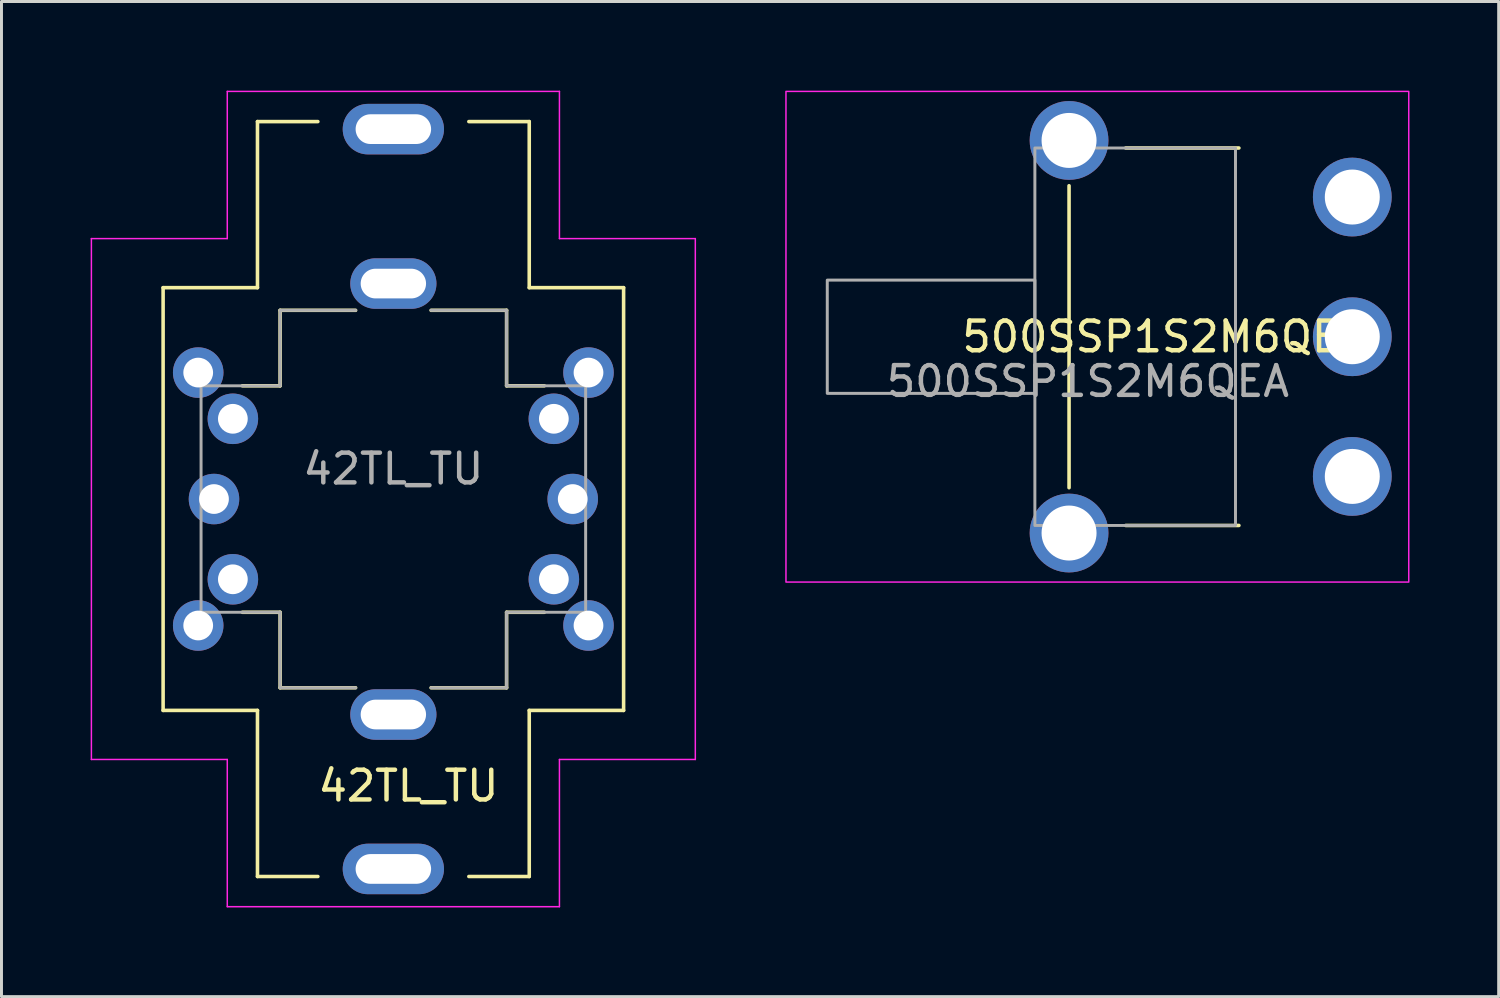
<source format=kicad_pcb>
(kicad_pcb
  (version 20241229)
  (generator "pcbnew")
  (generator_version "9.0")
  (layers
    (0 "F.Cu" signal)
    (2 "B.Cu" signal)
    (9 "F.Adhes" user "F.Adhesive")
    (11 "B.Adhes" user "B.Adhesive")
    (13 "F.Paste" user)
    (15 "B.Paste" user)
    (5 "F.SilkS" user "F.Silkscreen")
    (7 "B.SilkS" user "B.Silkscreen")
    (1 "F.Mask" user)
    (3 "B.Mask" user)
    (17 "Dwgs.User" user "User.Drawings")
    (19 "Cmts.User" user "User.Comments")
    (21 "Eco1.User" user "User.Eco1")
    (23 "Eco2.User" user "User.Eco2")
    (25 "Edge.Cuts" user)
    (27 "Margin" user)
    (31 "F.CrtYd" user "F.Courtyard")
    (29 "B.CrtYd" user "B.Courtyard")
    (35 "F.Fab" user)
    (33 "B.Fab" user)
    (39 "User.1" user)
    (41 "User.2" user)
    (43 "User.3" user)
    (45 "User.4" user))
  (footprint "42TL_TU"
    (layer "F.Cu")
    (at 10.185 13.741)
    (property "Reference" "42TL_TU" (at 0.508 9.652 0) (unlocked yes) (layer "F.SilkS") (effects (font (size 1 1) (thickness 0.15))))
    (attr through_hole)
    (fp_line (start -7.747 -7.112) (end -7.747 7.112) (stroke (width 0.12) (type solid)) (layer "F.SilkS"))
    (fp_line (start -7.747 -7.112) (end -4.572 -7.112) (stroke (width 0.12) (type default)) (layer "F.SilkS"))
    (fp_line (start -7.747 7.112) (end -4.572 7.112) (stroke (width 0.12) (type default)) (layer "F.SilkS"))
    (fp_line (start -5.08 -3.81) (end -3.81 -3.81) (stroke (width 0.12) (type solid)) (layer "F.SilkS"))
    (fp_line (start -5.08 3.81) (end -3.81 3.81) (stroke (width 0.12) (type solid)) (layer "F.SilkS"))
    (fp_line (start -4.572 -12.7) (end -4.572 -7.112) (stroke (width 0.12) (type solid)) (layer "F.SilkS"))
    (fp_line (start -4.572 12.7) (end -4.572 7.112) (stroke (width 0.12) (type solid)) (layer "F.SilkS"))
    (fp_line (start -3.81 -6.35) (end -1.27 -6.35) (stroke (width 0.12) (type solid)) (layer "F.SilkS"))
    (fp_line (start -3.81 -3.81) (end -3.81 -6.35) (stroke (width 0.12) (type solid)) (layer "F.SilkS"))
    (fp_line (start -3.81 3.81) (end -3.81 6.35) (stroke (width 0.12) (type solid)) (layer "F.SilkS"))
    (fp_line (start -3.81 6.35) (end -1.27 6.35) (stroke (width 0.12) (type solid)) (layer "F.SilkS"))
    (fp_line (start -2.54 -12.7) (end -4.572 -12.7) (stroke (width 0.12) (type solid)) (layer "F.SilkS"))
    (fp_line (start -2.54 12.7) (end -4.572 12.7) (stroke (width 0.12) (type solid)) (layer "F.SilkS"))
    (fp_line (start 1.27 -6.35) (end 3.81 -6.35) (stroke (width 0.12) (type solid)) (layer "F.SilkS"))
    (fp_line (start 2.54 -12.7) (end 4.572 -12.7) (stroke (width 0.12) (type solid)) (layer "F.SilkS"))
    (fp_line (start 2.54 12.7) (end 4.572 12.7) (stroke (width 0.12) (type solid)) (layer "F.SilkS"))
    (fp_line (start 3.81 -6.35) (end 3.81 -3.81) (stroke (width 0.12) (type solid)) (layer "F.SilkS"))
    (fp_line (start 3.81 -3.81) (end 5.08 -3.81) (stroke (width 0.12) (type solid)) (layer "F.SilkS"))
    (fp_line (start 3.81 3.81) (end 3.81 6.35) (stroke (width 0.12) (type solid)) (layer "F.SilkS"))
    (fp_line (start 3.81 6.35) (end 1.27 6.35) (stroke (width 0.12) (type solid)) (layer "F.SilkS"))
    (fp_line (start 4.572 -12.7) (end 4.572 -7.112) (stroke (width 0.12) (type solid)) (layer "F.SilkS"))
    (fp_line (start 4.572 12.7) (end 4.572 7.112) (stroke (width 0.12) (type solid)) (layer "F.SilkS"))
    (fp_line (start 5.08 3.81) (end 3.81 3.81) (stroke (width 0.12) (type solid)) (layer "F.SilkS"))
    (fp_line (start 7.747 -7.112) (end 4.572 -7.112) (stroke (width 0.12) (type default)) (layer "F.SilkS"))
    (fp_line (start 7.747 7.112) (end 4.572 7.112) (stroke (width 0.12) (type default)) (layer "F.SilkS"))
    (fp_line (start 7.747 7.112) (end 7.747 -7.112) (stroke (width 0.12) (type solid)) (layer "F.SilkS"))
    (fp_line (start -10.16 -8.763) (end -5.588 -8.763) (stroke (width 0.05) (type solid)) (layer "F.CrtYd"))
    (fp_line (start -10.16 8.763) (end -10.16 -8.763) (stroke (width 0.05) (type solid)) (layer "F.CrtYd"))
    (fp_line (start -5.588 -13.716) (end -5.588 -8.763) (stroke (width 0.05) (type solid)) (layer "F.CrtYd"))
    (fp_line (start -5.588 8.763) (end -10.16 8.763) (stroke (width 0.05) (type solid)) (layer "F.CrtYd"))
    (fp_line (start -5.588 13.716) (end -5.588 8.763) (stroke (width 0.05) (type solid)) (layer "F.CrtYd"))
    (fp_line (start 5.588 -13.716) (end -5.588 -13.716) (stroke (width 0.05) (type solid)) (layer "F.CrtYd"))
    (fp_line (start 5.588 -8.763) (end 5.588 -13.716) (stroke (width 0.05) (type solid)) (layer "F.CrtYd"))
    (fp_line (start 5.588 8.763) (end 5.588 13.716) (stroke (width 0.05) (type solid)) (layer "F.CrtYd"))
    (fp_line (start 5.588 13.716) (end -5.588 13.716) (stroke (width 0.05) (type solid)) (layer "F.CrtYd"))
    (fp_line (start 10.16 -8.763) (end 5.588 -8.763) (stroke (width 0.05) (type solid)) (layer "F.CrtYd"))
    (fp_line (start 10.16 -8.763) (end 10.16 8.763) (stroke (width 0.05) (type solid)) (layer "F.CrtYd"))
    (fp_line (start 10.16 8.763) (end 5.588 8.763) (stroke (width 0.05) (type solid)) (layer "F.CrtYd"))
    (fp_line (start -6.47 -3.81) (end -6.47 3.81) (stroke (width 0.1) (type solid)) (layer "F.Fab"))
    (fp_line (start -6.47 3.81) (end -3.81 3.81) (stroke (width 0.1) (type solid)) (layer "F.Fab"))
    (fp_line (start -3.81 -6.35) (end -3.81 -3.81) (stroke (width 0.1) (type solid)) (layer "F.Fab"))
    (fp_line (start -3.81 -3.81) (end -6.47 -3.81) (stroke (width 0.1) (type solid)) (layer "F.Fab"))
    (fp_line (start -3.81 3.81) (end -3.81 6.35) (stroke (width 0.1) (type solid)) (layer "F.Fab"))
    (fp_line (start -3.81 6.35) (end -1.27 6.35) (stroke (width 0.1) (type solid)) (layer "F.Fab"))
    (fp_line (start -1.27 -6.35) (end -3.81 -6.35) (stroke (width 0.1) (type solid)) (layer "F.Fab"))
    (fp_line (start 1.27 6.35) (end 3.81 6.35) (stroke (width 0.1) (type solid)) (layer "F.Fab"))
    (fp_line (start 3.81 -6.35) (end 1.27 -6.35) (stroke (width 0.1) (type solid)) (layer "F.Fab"))
    (fp_line (start 3.81 -3.81) (end 3.81 -6.35) (stroke (width 0.1) (type solid)) (layer "F.Fab"))
    (fp_line (start 3.81 3.81) (end 6.47 3.81) (stroke (width 0.1) (type solid)) (layer "F.Fab"))
    (fp_line (start 3.81 6.35) (end 3.81 3.81) (stroke (width 0.1) (type solid)) (layer "F.Fab"))
    (fp_line (start 6.47 -3.81) (end 3.81 -3.81) (stroke (width 0.1) (type solid)) (layer "F.Fab"))
    (fp_line (start 6.47 3.81) (end 6.47 -3.81) (stroke (width 0.1) (type solid)) (layer "F.Fab"))
    (fp_text user "${REFERENCE}" (at 0 -1.016 0) (unlocked yes) (layer "F.Fab") (effects (font (size 1 1) (thickness 0.15))))
    (pad "" thru_hole oval (at 0 -12.446) (size 3.408 1.7) (drill oval 2.54 1) (layers "*.Cu" "*.Mask"))
    (pad "" thru_hole oval (at 0 -7.25) (size 2.9 1.7) (drill oval 2.2 1) (layers "*.Cu" "*.Mask"))
    (pad "" thru_hole oval (at 0 7.25) (size 2.9 1.7) (drill oval 2.2 1) (layers "*.Cu" "*.Mask"))
    (pad "" thru_hole oval (at 0 12.446) (size 3.408 1.7) (drill oval 2.54 1) (layers "*.Cu" "*.Mask"))
    (pad "1" thru_hole circle (at -6.566 -4.255) (size 1.7 1.7) (drill 1) (layers "*.Cu" "*.Mask"))
    (pad "1" thru_hole circle (at -5.4 -2.7) (size 1.7 1.7) (drill 1) (layers "*.Cu" "*.Mask"))
    (pad "2" thru_hole circle (at -6.035 0) (size 1.7 1.7) (drill 1) (layers "*.Cu" "*.Mask"))
    (pad "3" thru_hole circle (at -6.566 4.255) (size 1.7 1.7) (drill 1) (layers "*.Cu" "*.Mask"))
    (pad "3" thru_hole circle (at -5.4 2.7) (size 1.7 1.7) (drill 1) (layers "*.Cu" "*.Mask"))
    (pad "4" thru_hole circle (at 5.4 2.7) (size 1.7 1.7) (drill 1) (layers "*.Cu" "*.Mask"))
    (pad "4" thru_hole circle (at 6.566 4.255) (size 1.7 1.7) (drill 1) (layers "*.Cu" "*.Mask"))
    (pad "5" thru_hole circle (at 6.035 0) (size 1.7 1.7) (drill 1) (layers "*.Cu" "*.Mask"))
    (pad "6" thru_hole circle (at 5.4 -2.7) (size 1.7 1.7) (drill 1) (layers "*.Cu" "*.Mask"))
    (pad "6" thru_hole circle (at 6.566 -4.255) (size 1.7 1.7) (drill 1) (layers "*.Cu" "*.Mask")))
  (footprint "500SSP1S2M6QEA"
    (layer "F.Cu")
    (at 32.92 8.28)
    (property "Reference" "500SSP1S2M6QEA" (at 3.175 0 0) (unlocked yes) (layer "F.SilkS") (effects (font (size 1 1) (thickness 0.15))))
    (attr through_hole)
    (fp_line (start 0 -5.08) (end 0 5.08) (stroke (width 0.12) (type solid)) (layer "F.SilkS"))
    (fp_line (start 1.905 6.35) (end 5.715 6.35) (stroke (width 0.12) (type solid)) (layer "F.SilkS"))
    (fp_line (start 5.715 -6.35) (end 1.905 -6.35) (stroke (width 0.12) (type solid)) (layer "F.SilkS"))
    (fp_rect (start 11.43 -8.255) (end -9.525 8.255) (stroke (width 0.05) (type solid)) (fill no) (layer "F.CrtYd"))
    (fp_rect (start -1.15 -6.35) (end 5.6 6.35) (stroke (width 0.1) (type solid)) (fill no) (layer "F.Fab"))
    (fp_rect (start -1.15 -1.905) (end -8.135 1.905) (stroke (width 0.1) (type solid)) (fill no) (layer "F.Fab"))
    (fp_text user "${REFERENCE}" (at 0.635 1.5 0) (unlocked yes) (layer "F.Fab") (effects (font (size 1 1) (thickness 0.15))))
    (pad "" thru_hole circle (at 0 -6.605) (size 2.65 2.65) (drill 1.85) (layers "*.Cu" "*.Mask"))
    (pad "" thru_hole circle (at 0 6.605) (size 2.65 2.65) (drill 1.85) (layers "*.Cu" "*.Mask"))
    (pad "1" thru_hole circle (at 9.53 4.7) (size 2.65 2.65) (drill 1.85) (layers "*.Cu" "*.Mask"))
    (pad "2" thru_hole circle (at 9.53 0) (size 2.65 2.65) (drill 1.85) (layers "*.Cu" "*.Mask"))
    (pad "3" thru_hole circle (at 9.53 -4.7) (size 2.65 2.65) (drill 1.85) (layers "*.Cu" "*.Mask")))
  (gr_rect
    (start -3 -3)
    (end 47.375 30.482)
    (stroke (width 0.1) (type default))
    (fill no)
    (layer "Edge.Cuts")))
</source>
